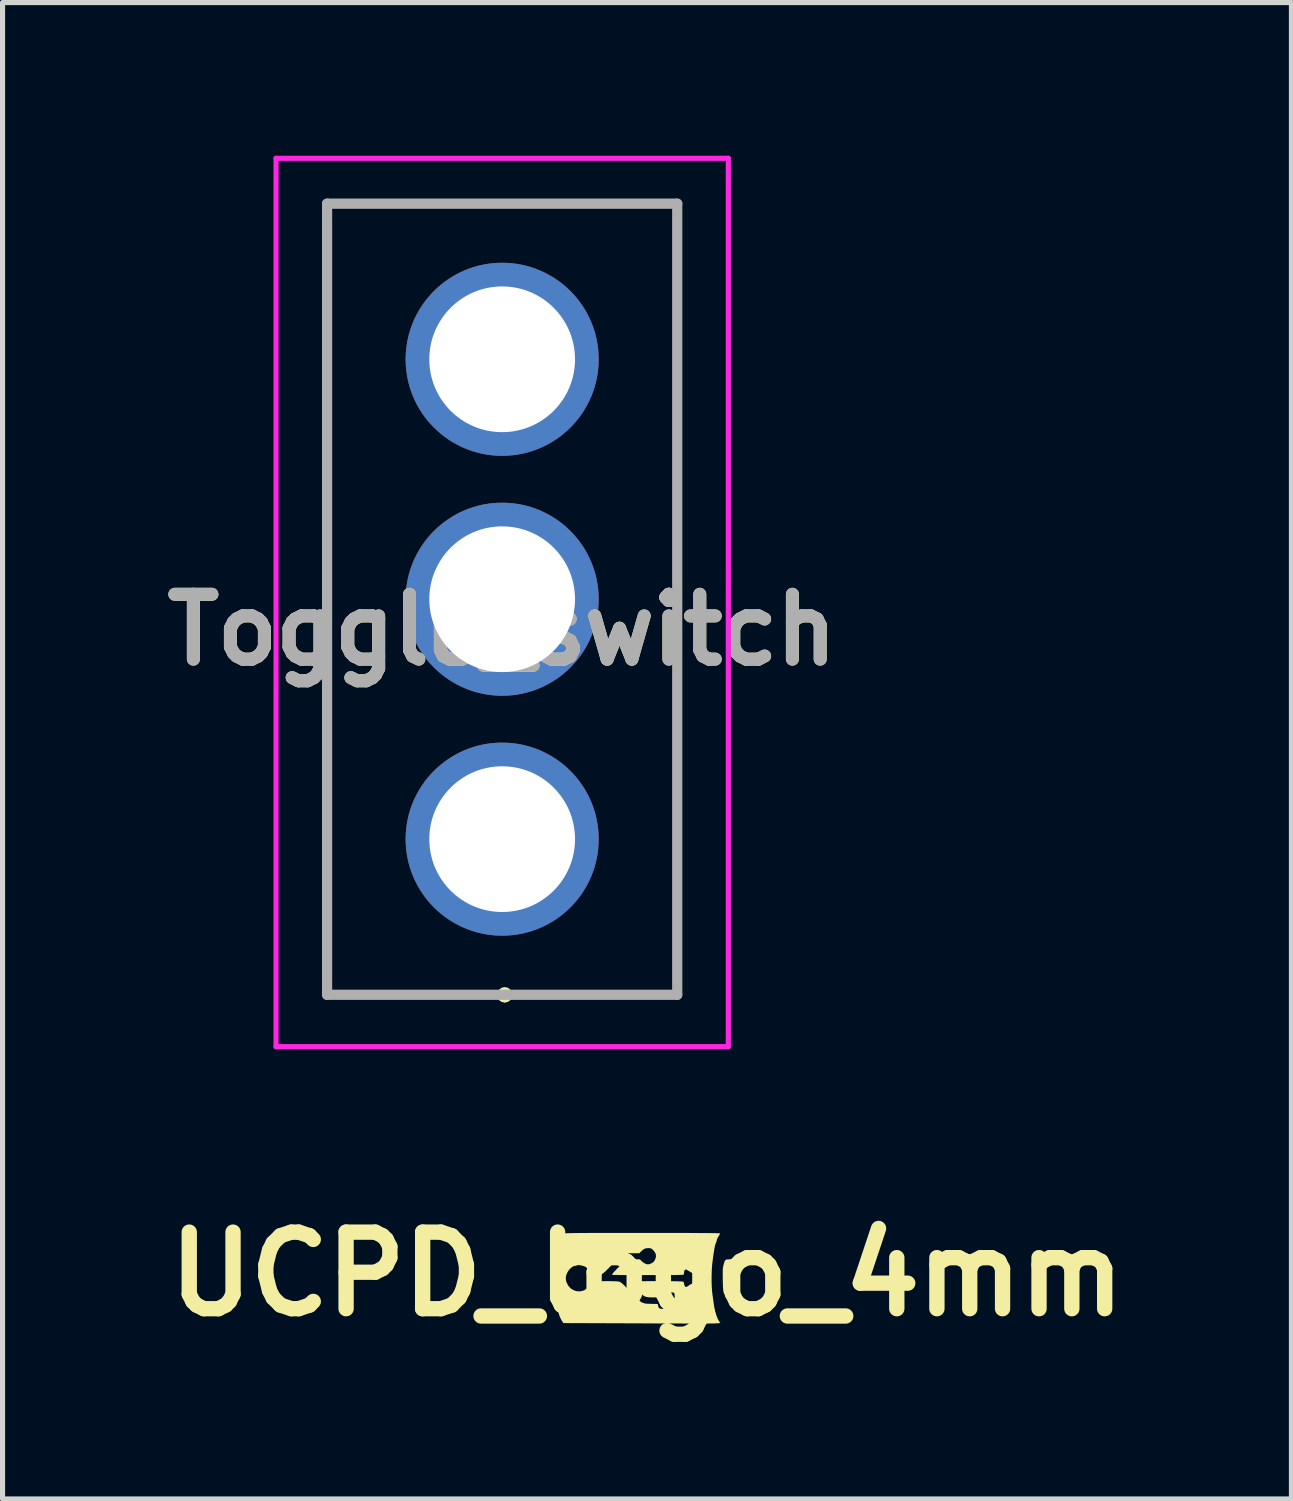
<source format=kicad_pcb>
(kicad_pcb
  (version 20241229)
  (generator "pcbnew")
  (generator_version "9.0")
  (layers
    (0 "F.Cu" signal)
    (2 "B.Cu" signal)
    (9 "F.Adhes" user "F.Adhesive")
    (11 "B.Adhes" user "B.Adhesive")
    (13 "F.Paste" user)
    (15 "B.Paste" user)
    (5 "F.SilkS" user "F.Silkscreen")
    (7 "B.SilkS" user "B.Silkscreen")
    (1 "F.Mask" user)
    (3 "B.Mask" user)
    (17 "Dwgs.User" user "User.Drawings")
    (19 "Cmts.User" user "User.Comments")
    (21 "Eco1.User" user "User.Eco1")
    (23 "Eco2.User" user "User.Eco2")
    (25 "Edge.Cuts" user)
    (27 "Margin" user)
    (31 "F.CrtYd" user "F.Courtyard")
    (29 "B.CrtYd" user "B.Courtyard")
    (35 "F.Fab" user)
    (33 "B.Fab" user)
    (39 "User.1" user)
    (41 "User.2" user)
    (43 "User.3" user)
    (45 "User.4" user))
  (footprint "Toggle_switch"
    (layer "F.Cu")
    (at 6.785 13.385)
    (property "Reference" "Toggle_switch" (at 0 -4.1 0) (layer "F.SilkS") (effects (font (size 1.27 1.27) (thickness 0.254))))
    (attr through_hole)
    (fp_line (start -3.429 -12.446) (end -3.429 -11.049) (stroke (width 0.1) (type solid)) (layer "F.SilkS"))
    (fp_line (start -3.429 -11.049) (end -3.429 -11.049) (stroke (width 0.1) (type solid)) (layer "F.SilkS"))
    (fp_line (start -3.429 -11.049) (end -3.429 1.651) (stroke (width 0.1) (type solid)) (layer "F.SilkS"))
    (fp_line (start -3.429 1.651) (end -3.429 -11.049) (stroke (width 0.1) (type solid)) (layer "F.SilkS"))
    (fp_line (start -3.429 1.651) (end -3.429 1.651) (stroke (width 0.1) (type solid)) (layer "F.SilkS"))
    (fp_line (start -3.429 1.651) (end -3.429 1.651) (stroke (width 0.1) (type solid)) (layer "F.SilkS"))
    (fp_line (start -3.429 1.651) (end -3.429 3.048) (stroke (width 0.1) (type solid)) (layer "F.SilkS"))
    (fp_line (start -3.429 3.048) (end -1.952 3.048) (stroke (width 0.1) (type solid)) (layer "F.SilkS"))
    (fp_line (start -2.25 -12.446) (end -3.429 -12.446) (stroke (width 0.1) (type solid)) (layer "F.SilkS"))
    (fp_line (start 0 3.048) (end 0 3.048) (stroke (width 0.2) (type solid)) (layer "F.SilkS"))
    (fp_line (start 0 3.048) (end 0 3.048) (stroke (width 0.2) (type solid)) (layer "F.SilkS"))
    (fp_line (start 0.1 3.048) (end 0.1 3.048) (stroke (width 0.2) (type solid)) (layer "F.SilkS"))
    (fp_line (start 1.952 3.048) (end 3.429 3.048) (stroke (width 0.1) (type solid)) (layer "F.SilkS"))
    (fp_line (start 3.429 -12.446) (end 2.204 -12.446) (stroke (width 0.1) (type solid)) (layer "F.SilkS"))
    (fp_line (start 3.429 -11.049) (end 3.429 -11.049) (stroke (width 0.1) (type solid)) (layer "F.SilkS"))
    (fp_line (start 3.429 -11.049) (end 3.429 -11.049) (stroke (width 0.1) (type solid)) (layer "F.SilkS"))
    (fp_line (start 3.429 -11.049) (end 3.429 1.651) (stroke (width 0.1) (type solid)) (layer "F.SilkS"))
    (fp_line (start 3.429 0.254) (end 3.429 -12.446) (stroke (width 0.1) (type solid)) (layer "F.SilkS"))
    (fp_line (start 3.429 1.651) (end 3.429 1.651) (stroke (width 0.1) (type solid)) (layer "F.SilkS"))
    (fp_line (start 3.429 1.651) (end 3.429 1.651) (stroke (width 0.1) (type solid)) (layer "F.SilkS"))
    (fp_line (start 3.429 1.651) (end 3.429 3.048) (stroke (width 0.1) (type solid)) (layer "F.SilkS"))
    (fp_arc (start 0 3.048) (mid 0.05 2.998) (end 0.1 3.048) (stroke (width 0.2) (type solid)) (layer "F.SilkS"))
    (fp_arc (start 0.1 3.048) (mid 0.05 3.098) (end 0 3.048) (stroke (width 0.2) (type solid)) (layer "F.SilkS"))
    (fp_arc (start 0.1 3.048) (mid 0.05 3.098) (end 0 3.048) (stroke (width 0.2) (type solid)) (layer "F.SilkS"))
    (fp_line (start -4.429 -13.335) (end 4.429 -13.335) (stroke (width 0.1) (type solid)) (layer "F.CrtYd"))
    (fp_line (start -4.429 4.064) (end -4.429 -13.335) (stroke (width 0.1) (type solid)) (layer "F.CrtYd"))
    (fp_line (start 4.429 -13.335) (end 4.429 4.064) (stroke (width 0.1) (type solid)) (layer "F.CrtYd"))
    (fp_line (start 4.429 4.064) (end -4.429 4.064) (stroke (width 0.1) (type solid)) (layer "F.CrtYd"))
    (fp_line (start -3.429 -12.446) (end -3.429 3.048) (stroke (width 0.2) (type solid)) (layer "F.Fab"))
    (fp_line (start -3.429 3.048) (end 3.429 3.048) (stroke (width 0.2) (type solid)) (layer "F.Fab"))
    (fp_line (start 3.429 -12.446) (end -3.429 -12.446) (stroke (width 0.2) (type solid)) (layer "F.Fab"))
    (fp_line (start 3.429 3.048) (end 3.429 -12.446) (stroke (width 0.2) (type solid)) (layer "F.Fab"))
    (fp_text user "${REFERENCE}" (at 0 -4.1 0) (layer "F.Fab") (effects (font (size 1.27 1.27) (thickness 0.254))))
    (pad "1" thru_hole circle (at 0 0) (size 3.781 3.781) (drill 2.854) (layers "*.Cu" "*.Mask"))
    (pad "2" thru_hole circle (at 0 -4.699) (size 3.781 3.781) (drill 2.854) (layers "*.Cu" "*.Mask"))
    (pad "3" thru_hole circle (at 0 -9.398) (size 3.781 3.781) (drill 2.854) (layers "*.Cu" "*.Mask")))
  (footprint "UCPD_logo_4mm"
    (layer "F.Cu")
    (at 9.621 21.903)
    (property "Reference" "UCPD_logo_4mm" (at 0 0 0) (layer "F.SilkS") (effects (font (size 1.5 1.5) (thickness 0.3))))
    (attr board_only exclude_from_pos_files exclude_from_bom)
    (fp_poly (pts (xy 1.686 -0.288) (xy 1.715 -0.285) (xy 1.73 -0.279) (xy 1.733 -0.269) (xy 1.728 -0.253) (xy 1.727 -0.251) (xy 1.71 -0.214) (xy 1.698 -0.175) (xy 1.689 -0.131) (xy 1.684 -0.077) (xy 1.681 -0.011) (xy 1.68 0.071) (xy 1.68 0.078) (xy 1.68 0.148) (xy 1.681 0.202) (xy 1.684 0.245) (xy 1.688 0.28) (xy 1.694 0.313) (xy 1.702 0.346) (xy 1.702 0.348) (xy 1.713 0.388) (xy 1.724 0.421) (xy 1.732 0.442) (xy 1.734 0.445) (xy 1.739 0.452) (xy 1.738 0.457) (xy 1.728 0.459) (xy 1.706 0.461) (xy 1.667 0.463) (xy 1.657 0.463) (xy 1.619 0.463) (xy 1.587 0.461) (xy 1.567 0.458) (xy 1.549 0.448) (xy 1.534 0.431) (xy 1.519 0.403) (xy 1.508 0.378) (xy 1.502 0.36) (xy 1.497 0.339) (xy 1.493 0.312) (xy 1.49 0.275) (xy 1.488 0.227) (xy 1.486 0.163) (xy 1.485 0.109) (xy 1.484 0.036) (xy 1.484 -0.021) (xy 1.484 -0.065) (xy 1.486 -0.1) (xy 1.489 -0.128) (xy 1.493 -0.153) (xy 1.499 -0.179) (xy 1.504 -0.196) (xy 1.516 -0.236) (xy 1.527 -0.263) (xy 1.542 -0.278) (xy 1.565 -0.286) (xy 1.6 -0.288) (xy 1.639 -0.289)) (stroke (width 0) (type solid)) (fill yes) (layer "F.SilkS"))
    (fp_poly (pts (xy 0.119 -0.806) (xy 0.317 -0.806) (xy 0.501 -0.806) (xy 0.67 -0.805) (xy 0.823 -0.805) (xy 0.96 -0.804) (xy 1.081 -0.803) (xy 1.185 -0.803) (xy 1.271 -0.802) (xy 1.34 -0.801) (xy 1.39 -0.799) (xy 1.421 -0.798) (xy 1.433 -0.797) (xy 1.433 -0.797) (xy 1.428 -0.784) (xy 1.415 -0.761) (xy 1.403 -0.742) (xy 1.384 -0.709) (xy 1.37 -0.674) (xy 1.367 -0.66) (xy 1.36 -0.632) (xy 1.352 -0.612) (xy 1.351 -0.61) (xy 1.342 -0.589) (xy 1.331 -0.55) (xy 1.32 -0.494) (xy 1.308 -0.422) (xy 1.296 -0.336) (xy 1.283 -0.237) (xy 1.278 -0.196) (xy 1.272 -0.121) (xy 1.268 -0.035) (xy 1.266 0.057) (xy 1.266 0.151) (xy 1.269 0.241) (xy 1.274 0.323) (xy 1.281 0.391) (xy 1.283 0.403) (xy 1.29 0.45) (xy 1.297 0.504) (xy 1.304 0.552) (xy 1.318 0.647) (xy 1.338 0.735) (xy 1.361 0.814) (xy 1.387 0.879) (xy 1.415 0.929) (xy 1.422 0.938) (xy 1.426 0.942) (xy 1.43 0.946) (xy 1.433 0.95) (xy 1.435 0.953) (xy 1.434 0.956) (xy 1.429 0.958) (xy 1.421 0.961) (xy 1.407 0.962) (xy 1.387 0.964) (xy 1.36 0.965) (xy 1.326 0.967) (xy 1.282 0.967) (xy 1.23 0.968) (xy 1.167 0.969) (xy 1.092 0.969) (xy 1.006 0.969) (xy 0.906 0.969) (xy 0.793 0.969) (xy 0.665 0.968) (xy 0.521 0.968) (xy 0.361 0.967) (xy 0.183 0.967) (xy -0.012 0.966) (xy -0.212 0.965) (xy -1.633 0.96) (xy -1.653 0.936) (xy -1.674 0.904) (xy -1.695 0.862) (xy -1.714 0.818) (xy -1.722 0.791) (xy -1.732 0.758) (xy -1.74 0.732) (xy -1.751 0.69) (xy -1.762 0.633) (xy -1.773 0.563) (xy -1.783 0.485) (xy -1.792 0.401) (xy -1.799 0.316) (xy -1.802 0.269) (xy -1.805 0.182) (xy -1.807 0.102) (xy -1.806 0.08) (xy -1.592 0.08) (xy -1.584 0.133) (xy -1.572 0.171) (xy -1.538 0.233) (xy -1.492 0.282) (xy -1.436 0.316) (xy -1.374 0.336) (xy -1.309 0.339) (xy -1.243 0.323) (xy -1.231 0.318) (xy -1.205 0.303) (xy -1.174 0.278) (xy -1.144 0.25) (xy -1.118 0.222) (xy -1.1 0.197) (xy -1.095 0.183) (xy -1.088 0.166) (xy -1.079 0.155) (xy -1.072 0.15) (xy -1.06 0.146) (xy -1.04 0.144) (xy -1.01 0.142) (xy -0.968 0.14) (xy -0.912 0.14) (xy -0.839 0.139) (xy -0.81 0.139) (xy -0.731 0.139) (xy -0.67 0.14) (xy -0.624 0.141) (xy -0.589 0.143) (xy -0.564 0.145) (xy -0.545 0.149) (xy -0.531 0.153) (xy -0.52 0.159) (xy -0.5 0.173) (xy -0.47 0.198) (xy -0.434 0.233) (xy -0.395 0.272) (xy -0.378 0.29) (xy -0.31 0.363) (xy -0.254 0.423) (xy -0.207 0.47) (xy -0.167 0.507) (xy -0.132 0.535) (xy -0.1 0.555) (xy -0.069 0.568) (xy -0.037 0.576) (xy -0.001 0.58) (xy 0.04 0.582) (xy 0.07 0.583) (xy 0.117 0.584) (xy 0.158 0.585) (xy 0.188 0.585) (xy 0.201 0.586) (xy 0.214 0.594) (xy 0.22 0.618) (xy 0.221 0.624) (xy 0.225 0.647) (xy 0.235 0.664) (xy 0.253 0.675) (xy 0.283 0.681) (xy 0.327 0.684) (xy 0.387 0.684) (xy 0.396 0.683) (xy 0.453 0.681) (xy 0.496 0.678) (xy 0.522 0.673) (xy 0.529 0.669) (xy 0.534 0.655) (xy 0.538 0.626) (xy 0.54 0.585) (xy 0.542 0.539) (xy 0.543 0.491) (xy 0.543 0.446) (xy 0.541 0.408) (xy 0.538 0.382) (xy 0.536 0.376) (xy 0.53 0.369) (xy 0.519 0.364) (xy 0.501 0.361) (xy 0.471 0.359) (xy 0.426 0.358) (xy 0.385 0.358) (xy 0.324 0.359) (xy 0.279 0.361) (xy 0.25 0.365) (xy 0.232 0.372) (xy 0.222 0.382) (xy 0.219 0.398) (xy 0.219 0.404) (xy 0.218 0.427) (xy 0.213 0.443) (xy 0.2 0.452) (xy 0.176 0.456) (xy 0.138 0.457) (xy 0.102 0.457) (xy 0.039 0.455) (xy -0.009 0.448) (xy -0.046 0.436) (xy -0.078 0.417) (xy -0.109 0.388) (xy -0.117 0.38) (xy -0.143 0.352) (xy -0.177 0.316) (xy -0.215 0.277) (xy -0.237 0.254) (xy -0.269 0.22) (xy -0.296 0.19) (xy -0.315 0.167) (xy -0.321 0.157) (xy -0.322 0.153) (xy -0.319 0.15) (xy -0.312 0.147) (xy -0.299 0.145) (xy -0.278 0.143) (xy -0.247 0.142) (xy -0.206 0.141) (xy -0.152 0.14) (xy -0.085 0.14) (xy -0.001 0.139) (xy 0.099 0.139) (xy 0.187 0.139) (xy 0.31 0.139) (xy 0.413 0.14) (xy 0.5 0.14) (xy 0.569 0.141) (xy 0.624 0.143) (xy 0.665 0.144) (xy 0.693 0.147) (xy 0.709 0.149) (xy 0.715 0.151) (xy 0.724 0.17) (xy 0.727 0.189) (xy 0.732 0.217) (xy 0.742 0.236) (xy 0.753 0.25) (xy 0.764 0.253) (xy 0.784 0.245) (xy 0.792 0.242) (xy 0.814 0.229) (xy 0.826 0.219) (xy 0.826 0.217) (xy 0.834 0.209) (xy 0.836 0.209) (xy 0.851 0.204) (xy 0.877 0.19) (xy 0.911 0.172) (xy 0.947 0.15) (xy 0.98 0.128) (xy 1.007 0.11) (xy 1.022 0.098) (xy 1.033 0.084) (xy 1.032 0.073) (xy 1.017 0.059) (xy 1.012 0.055) (xy 0.988 0.039) (xy 0.955 0.018) (xy 0.922 0.000151) (xy 0.883 -0.022) (xy 0.843 -0.045) (xy 0.818 -0.061) (xy 0.791 -0.077) (xy 0.77 -0.088) (xy 0.763 -0.09) (xy 0.742 -0.081) (xy 0.729 -0.056) (xy 0.727 -0.029) (xy 0.722 0.002) (xy 0.711 0.014) (xy 0.698 0.015) (xy 0.668 0.016) (xy 0.621 0.017) (xy 0.561 0.018) (xy 0.489 0.018) (xy 0.407 0.019) (xy 0.316 0.019) (xy 0.22 0.019) (xy 0.12 0.02) (xy 0.018 0.02) (xy -0.085 0.02) (xy -0.185 0.02) (xy -0.281 0.019) (xy -0.372 0.019) (xy -0.454 0.019) (xy -0.527 0.018) (xy -0.588 0.017) (xy -0.635 0.017) (xy -0.666 0.016) (xy -0.679 0.015) (xy -0.679 0.015) (xy -0.682 0.007) (xy -0.672 -0.011) (xy -0.648 -0.039) (xy -0.644 -0.043) (xy -0.575 -0.116) (xy -0.517 -0.175) (xy -0.472 -0.22) (xy -0.438 -0.253) (xy -0.414 -0.272) (xy -0.401 -0.279) (xy -0.382 -0.283) (xy -0.348 -0.286) (xy -0.303 -0.288) (xy -0.258 -0.289) (xy -0.139 -0.289) (xy -0.107 -0.255) (xy -0.072 -0.226) (xy -0.032 -0.203) (xy 0.007 -0.191) (xy 0.024 -0.19) (xy 0.045 -0.194) (xy 0.075 -0.205) (xy 0.09 -0.212) (xy 0.124 -0.233) (xy 0.148 -0.262) (xy 0.158 -0.281) (xy 0.176 -0.334) (xy 0.175 -0.383) (xy 0.154 -0.43) (xy 0.125 -0.465) (xy 0.1 -0.489) (xy 0.08 -0.502) (xy 0.057 -0.507) (xy 0.024 -0.508) (xy -0.017 -0.505) (xy -0.05 -0.495) (xy -0.081 -0.474) (xy -0.117 -0.441) (xy -0.117 -0.44) (xy -0.149 -0.408) (xy -0.284 -0.408) (xy -0.352 -0.407) (xy -0.405 -0.403) (xy -0.448 -0.394) (xy -0.485 -0.378) (xy -0.52 -0.353) (xy -0.56 -0.317) (xy -0.602 -0.272) (xy -0.671 -0.199) (xy -0.728 -0.139) (xy -0.775 -0.091) (xy -0.813 -0.054) (xy -0.845 -0.026) (xy -0.872 -0.006) (xy -0.896 0.008) (xy -0.919 0.015) (xy -0.943 0.019) (xy -0.969 0.02) (xy -0.999 0.018) (xy -1.009 0.018) (xy -1.078 0.015) (xy -1.102 -0.03) (xy -1.122 -0.063) (xy -1.15 -0.095) (xy -1.19 -0.131) (xy -1.202 -0.141) (xy -1.218 -0.148) (xy -1.247 -0.158) (xy -1.276 -0.166) (xy -1.316 -0.175) (xy -1.344 -0.176) (xy -1.367 -0.171) (xy -1.369 -0.171) (xy -1.396 -0.162) (xy -1.419 -0.159) (xy -1.449 -0.149) (xy -1.483 -0.126) (xy -1.518 -0.092) (xy -1.548 -0.051) (xy -1.56 -0.029) (xy -1.584 0.028) (xy -1.592 0.08) (xy -1.806 0.08) (xy -1.806 0.023) (xy -1.802 -0.063) (xy -1.798 -0.149) (xy -1.793 -0.215) (xy -1.788 -0.276) (xy -1.784 -0.328) (xy -1.779 -0.368) (xy -1.775 -0.393) (xy -1.774 -0.398) (xy -1.767 -0.422) (xy -1.761 -0.456) (xy -1.757 -0.483) (xy -1.746 -0.543) (xy -1.728 -0.61) (xy -1.705 -0.673) (xy -1.696 -0.693) (xy -1.687 -0.716) (xy -1.682 -0.73) (xy -1.682 -0.73) (xy -1.676 -0.742) (xy -1.66 -0.763) (xy -1.639 -0.788) (xy -1.634 -0.792) (xy -1.63 -0.794) (xy -1.621 -0.796) (xy -1.605 -0.797) (xy -1.583 -0.799) (xy -1.552 -0.8) (xy -1.514 -0.801) (xy -1.465 -0.802) (xy -1.406 -0.803) (xy -1.336 -0.804) (xy -1.253 -0.804) (xy -1.158 -0.805) (xy -1.048 -0.805) (xy -0.924 -0.806) (xy -0.784 -0.806) (xy -0.627 -0.806) (xy -0.453 -0.806) (xy -0.261 -0.806) (xy -0.094 -0.806)) (stroke (width 0) (type solid)) (fill yes) (layer "F.SilkS")))
  (gr_rect
    (start -3 -3)
    (end 22.243 26.307)
    (stroke (width 0.1) (type default))
    (fill no)
    (layer "Edge.Cuts")))
</source>
